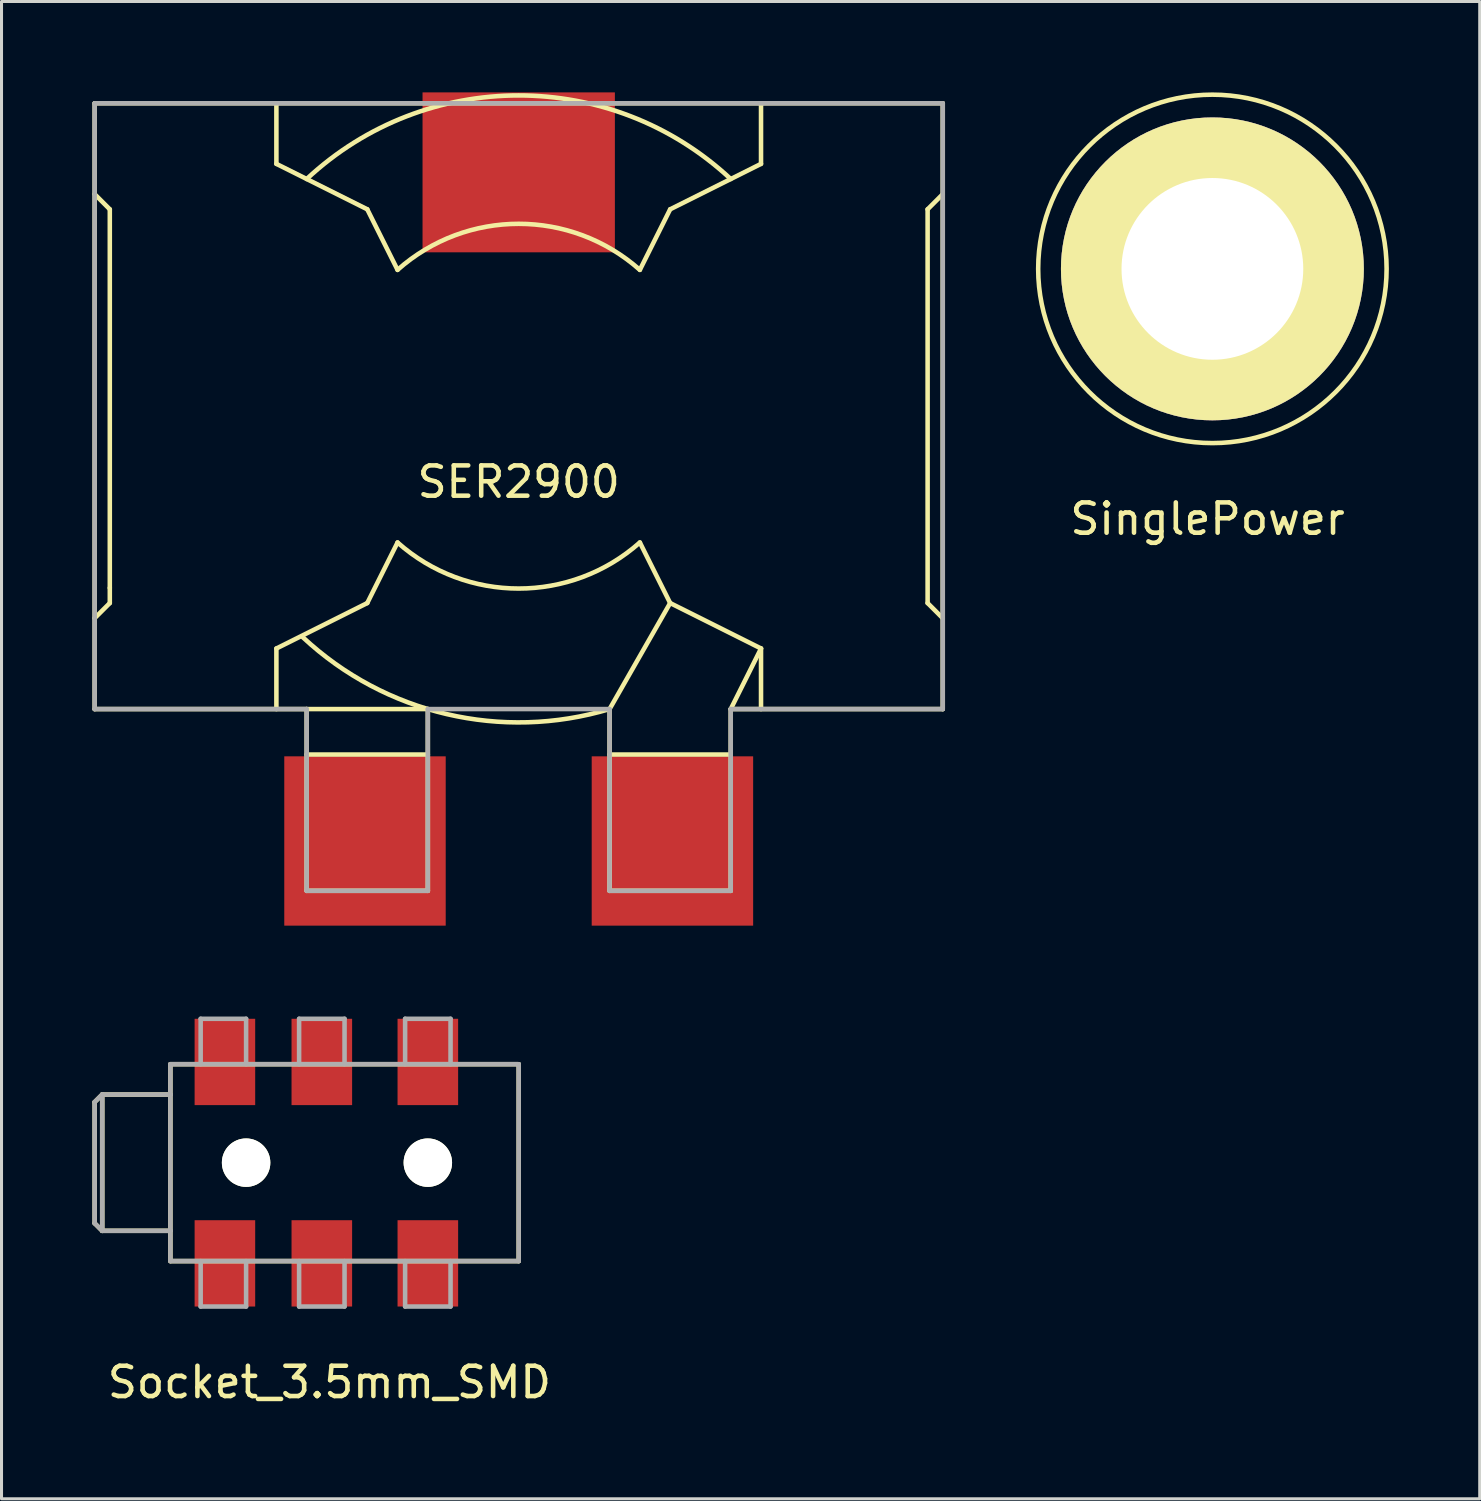
<source format=kicad_pcb>
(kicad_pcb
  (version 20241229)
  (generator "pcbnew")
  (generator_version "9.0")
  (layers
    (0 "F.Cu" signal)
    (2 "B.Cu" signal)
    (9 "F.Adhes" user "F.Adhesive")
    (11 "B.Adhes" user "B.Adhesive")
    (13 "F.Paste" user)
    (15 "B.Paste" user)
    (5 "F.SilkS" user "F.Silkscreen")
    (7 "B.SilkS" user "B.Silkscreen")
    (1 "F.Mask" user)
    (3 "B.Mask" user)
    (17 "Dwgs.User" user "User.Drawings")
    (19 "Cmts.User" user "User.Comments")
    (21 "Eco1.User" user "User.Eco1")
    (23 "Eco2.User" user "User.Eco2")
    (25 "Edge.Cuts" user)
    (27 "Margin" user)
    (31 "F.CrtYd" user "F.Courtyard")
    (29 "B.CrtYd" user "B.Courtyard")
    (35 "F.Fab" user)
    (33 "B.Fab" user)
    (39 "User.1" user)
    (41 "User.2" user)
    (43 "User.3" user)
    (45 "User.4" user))
  (footprint "SinglePower"
    (layer "F.Cu")
    (at 36.817 5.827)
    (property "Reference" "SinglePower" (at 0 8.255 0) (layer "F.SilkS") (effects (font (size 1 1) (thickness 0.15))))
    (attr through_hole)
    (fp_circle (center 0.16 0) (end 3.81 4.445) (stroke (width 0.15) (type solid)) (fill no) (layer "F.SilkS"))
    (pad "1" thru_hole circle (at 0.16 0) (size 10 10) (drill 6) (layers "*.Cu" "*.Mask" "F.SilkS")))
  (footprint "SER2900"
    (layer "F.Cu")
    (at 14.075 10.36)
    (property "Reference" "SER2900" (at 0 2.5 0) (layer "F.SilkS") (effects (font (size 1 1) (thickness 0.15))))
    (attr through_hole)
    (fp_line (start -14 -10) (end 14 -10) (stroke (width 0.15) (type solid)) (layer "F.SilkS"))
    (fp_line (start -14 -7) (end -13.5 -6.5) (stroke (width 0.15) (type solid)) (layer "F.SilkS"))
    (fp_line (start -14 10) (end -14 -10) (stroke (width 0.15) (type solid)) (layer "F.SilkS"))
    (fp_line (start -13.5 -6.5) (end -13.5 6) (stroke (width 0.15) (type solid)) (layer "F.SilkS"))
    (fp_line (start -13.5 6) (end -13.5 6.5) (stroke (width 0.15) (type solid)) (layer "F.SilkS"))
    (fp_line (start -13.5 6.5) (end -14 7) (stroke (width 0.15) (type solid)) (layer "F.SilkS"))
    (fp_line (start -8 -8) (end -8 -10) (stroke (width 0.15) (type solid)) (layer "F.SilkS"))
    (fp_line (start -8 8) (end -8 10) (stroke (width 0.15) (type solid)) (layer "F.SilkS"))
    (fp_line (start -7 10) (end -7 16) (stroke (width 0.15) (type solid)) (layer "F.SilkS"))
    (fp_line (start -7 11.5) (end -3 11.5) (stroke (width 0.15) (type solid)) (layer "F.SilkS"))
    (fp_line (start -7 16) (end -3 16) (stroke (width 0.15) (type solid)) (layer "F.SilkS"))
    (fp_line (start -5 -6.5) (end -8 -8) (stroke (width 0.15) (type solid)) (layer "F.SilkS"))
    (fp_line (start -5 6.5) (end -8 8) (stroke (width 0.15) (type solid)) (layer "F.SilkS"))
    (fp_line (start -4 -4.5) (end -5 -6.5) (stroke (width 0.15) (type solid)) (layer "F.SilkS"))
    (fp_line (start -4 4.5) (end -5 6.5) (stroke (width 0.15) (type solid)) (layer "F.SilkS"))
    (fp_line (start -3 10) (end -14 10) (stroke (width 0.15) (type solid)) (layer "F.SilkS"))
    (fp_line (start -3 16) (end -3 10) (stroke (width 0.15) (type solid)) (layer "F.SilkS"))
    (fp_line (start 3 10) (end 3 16) (stroke (width 0.15) (type solid)) (layer "F.SilkS"))
    (fp_line (start 3 10) (end 5 6.5) (stroke (width 0.15) (type solid)) (layer "F.SilkS"))
    (fp_line (start 3 11.5) (end 7 11.5) (stroke (width 0.15) (type solid)) (layer "F.SilkS"))
    (fp_line (start 3 16) (end 7 16) (stroke (width 0.15) (type solid)) (layer "F.SilkS"))
    (fp_line (start 4 -4.5) (end 5 -6.5) (stroke (width 0.15) (type solid)) (layer "F.SilkS"))
    (fp_line (start 4 4.5) (end 5 6.5) (stroke (width 0.15) (type solid)) (layer "F.SilkS"))
    (fp_line (start 5 -6.5) (end 8 -8) (stroke (width 0.15) (type solid)) (layer "F.SilkS"))
    (fp_line (start 5 6.5) (end 8 8) (stroke (width 0.15) (type solid)) (layer "F.SilkS"))
    (fp_line (start 7 10) (end 8 8) (stroke (width 0.15) (type solid)) (layer "F.SilkS"))
    (fp_line (start 7 10) (end 14 10) (stroke (width 0.15) (type solid)) (layer "F.SilkS"))
    (fp_line (start 7 16) (end 7 10) (stroke (width 0.15) (type solid)) (layer "F.SilkS"))
    (fp_line (start 8 -8) (end 8 -10) (stroke (width 0.15) (type solid)) (layer "F.SilkS"))
    (fp_line (start 8 8) (end 8 10) (stroke (width 0.15) (type solid)) (layer "F.SilkS"))
    (fp_line (start 13.5 -6.5) (end 13.5 6.5) (stroke (width 0.15) (type solid)) (layer "F.SilkS"))
    (fp_line (start 13.5 6.5) (end 14 7) (stroke (width 0.15) (type solid)) (layer "F.SilkS"))
    (fp_line (start 14 -10) (end 14 10) (stroke (width 0.15) (type solid)) (layer "F.SilkS"))
    (fp_line (start 14 -7) (end 13.5 -6.5) (stroke (width 0.15) (type solid)) (layer "F.SilkS"))
    (fp_arc (start -7 -7.5) (mid 0 -10.259142) (end 7 -7.5) (stroke (width 0.15) (type solid)) (layer "F.SilkS"))
    (fp_arc (start -4 -4.5) (mid 0 -6.020797) (end 4 -4.5) (stroke (width 0.15) (type solid)) (layer "F.SilkS"))
    (fp_arc (start 3 10) (mid -2.377473 10.166003) (end -7.123612 7.632441) (stroke (width 0.15) (type solid)) (layer "F.SilkS"))
    (fp_arc (start 4 4.5) (mid 0 6.020797) (end -4 4.5) (stroke (width 0.15) (type solid)) (layer "F.SilkS"))
    (fp_line (start -14 -10) (end -14 10) (stroke (width 0.15) (type solid)) (layer "F.Fab"))
    (fp_line (start -14 10) (end -7 10) (stroke (width 0.15) (type solid)) (layer "F.Fab"))
    (fp_line (start -7 10) (end -7 16) (stroke (width 0.15) (type solid)) (layer "F.Fab"))
    (fp_line (start -7 16) (end -3 16) (stroke (width 0.15) (type solid)) (layer "F.Fab"))
    (fp_line (start -3 10) (end 3 10) (stroke (width 0.15) (type solid)) (layer "F.Fab"))
    (fp_line (start -3 16) (end -3 10) (stroke (width 0.15) (type solid)) (layer "F.Fab"))
    (fp_line (start 3 10) (end 3 16) (stroke (width 0.15) (type solid)) (layer "F.Fab"))
    (fp_line (start 3 16) (end 7 16) (stroke (width 0.15) (type solid)) (layer "F.Fab"))
    (fp_line (start 7 10) (end 14 10) (stroke (width 0.15) (type solid)) (layer "F.Fab"))
    (fp_line (start 7 16) (end 7 10) (stroke (width 0.15) (type solid)) (layer "F.Fab"))
    (fp_line (start 14 -10) (end -14 -10) (stroke (width 0.15) (type solid)) (layer "F.Fab"))
    (fp_line (start 14 10) (end 14 -10) (stroke (width 0.15) (type solid)) (layer "F.Fab"))
    (pad "1" smd rect (at -5.075 14.355) (size 5.33 5.59) (layers "F.Cu" "F.Mask" "F.Paste"))
    (pad "2" smd rect (at 5.075 14.355) (size 5.33 5.59) (layers "F.Cu" "F.Mask" "F.Paste"))
    (pad "~" connect rect (at 0 -7.72) (size 6.35 5.28) (layers "F.Cu" "F.Mask")))
  (footprint "Socket_3.5mm_SMD"
    (layer "F.Cu")
    (at 2.575 35.335)
    (property "Reference" "Socket_3.5mm_SMD" (at 5.25 7.25 0) (layer "F.SilkS") (effects (font (size 1 1) (thickness 0.15))))
    (attr through_hole)
    (fp_line (start -2.5 2) (end -2.5 -2) (stroke (width 0.15) (type solid)) (layer "F.SilkS"))
    (fp_line (start -2.5 2) (end -2.25 2.25) (stroke (width 0.15) (type solid)) (layer "F.SilkS"))
    (fp_line (start -2.25 -2.25) (end -2.5 -2) (stroke (width 0.15) (type solid)) (layer "F.SilkS"))
    (fp_line (start -2.25 2.25) (end -2.25 -2.25) (stroke (width 0.15) (type solid)) (layer "F.SilkS"))
    (fp_line (start -2.25 2.25) (end 0 2.25) (stroke (width 0.15) (type solid)) (layer "F.SilkS"))
    (fp_line (start 0 -3.25) (end 0 3.25) (stroke (width 0.15) (type solid)) (layer "F.SilkS"))
    (fp_line (start 0 -2.25) (end -2.25 -2.25) (stroke (width 0.15) (type solid)) (layer "F.SilkS"))
    (fp_line (start 0 3.25) (end 11.5 3.25) (stroke (width 0.15) (type solid)) (layer "F.SilkS"))
    (fp_line (start 11.5 -3.25) (end 0 -3.25) (stroke (width 0.15) (type solid)) (layer "F.SilkS"))
    (fp_line (start 11.5 3.25) (end 11.5 -3.25) (stroke (width 0.15) (type solid)) (layer "F.SilkS"))
    (fp_line (start -2.5 -2) (end -2.5 2) (stroke (width 0.15) (type solid)) (layer "F.Fab"))
    (fp_line (start -2.5 2) (end -2.25 2.25) (stroke (width 0.15) (type solid)) (layer "F.Fab"))
    (fp_line (start -2.25 -2.25) (end -2.5 -2) (stroke (width 0.15) (type solid)) (layer "F.Fab"))
    (fp_line (start -2.25 2.25) (end -2.25 -2.25) (stroke (width 0.15) (type solid)) (layer "F.Fab"))
    (fp_line (start -2.25 2.25) (end 0 2.25) (stroke (width 0.15) (type solid)) (layer "F.Fab"))
    (fp_line (start 0 -3.25) (end 0 -2.25) (stroke (width 0.15) (type solid)) (layer "F.Fab"))
    (fp_line (start 0 -2.25) (end -2.25 -2.25) (stroke (width 0.15) (type solid)) (layer "F.Fab"))
    (fp_line (start 0 -2.25) (end 0 2.25) (stroke (width 0.15) (type solid)) (layer "F.Fab"))
    (fp_line (start 0 2.25) (end 0 3.25) (stroke (width 0.15) (type solid)) (layer "F.Fab"))
    (fp_line (start 0 3.25) (end 11.5 3.25) (stroke (width 0.15) (type solid)) (layer "F.Fab"))
    (fp_line (start 1 -4.75) (end 2.5 -4.75) (stroke (width 0.15) (type solid)) (layer "F.Fab"))
    (fp_line (start 1 -3.25) (end 1 -4.75) (stroke (width 0.15) (type solid)) (layer "F.Fab"))
    (fp_line (start 1 3.25) (end 1 4.75) (stroke (width 0.15) (type solid)) (layer "F.Fab"))
    (fp_line (start 1 4.75) (end 2.5 4.75) (stroke (width 0.15) (type solid)) (layer "F.Fab"))
    (fp_line (start 2.5 -4.75) (end 2.5 -3.25) (stroke (width 0.15) (type solid)) (layer "F.Fab"))
    (fp_line (start 2.5 4.75) (end 2.5 3.25) (stroke (width 0.15) (type solid)) (layer "F.Fab"))
    (fp_line (start 4.25 -4.75) (end 5.75 -4.75) (stroke (width 0.15) (type solid)) (layer "F.Fab"))
    (fp_line (start 4.25 -3.25) (end 4.25 -4.75) (stroke (width 0.15) (type solid)) (layer "F.Fab"))
    (fp_line (start 4.25 3.25) (end 4.25 4.75) (stroke (width 0.15) (type solid)) (layer "F.Fab"))
    (fp_line (start 4.25 4.75) (end 5.75 4.75) (stroke (width 0.15) (type solid)) (layer "F.Fab"))
    (fp_line (start 5.75 -4.75) (end 5.75 -3.25) (stroke (width 0.15) (type solid)) (layer "F.Fab"))
    (fp_line (start 5.75 4.75) (end 5.75 3.25) (stroke (width 0.15) (type solid)) (layer "F.Fab"))
    (fp_line (start 7.75 -4.75) (end 9.25 -4.75) (stroke (width 0.15) (type solid)) (layer "F.Fab"))
    (fp_line (start 7.75 -3.25) (end 7.75 -4.75) (stroke (width 0.15) (type solid)) (layer "F.Fab"))
    (fp_line (start 7.75 3.25) (end 7.75 4.75) (stroke (width 0.15) (type solid)) (layer "F.Fab"))
    (fp_line (start 7.75 4.75) (end 9.25 4.75) (stroke (width 0.15) (type solid)) (layer "F.Fab"))
    (fp_line (start 9.25 -4.75) (end 9.25 -3.25) (stroke (width 0.15) (type solid)) (layer "F.Fab"))
    (fp_line (start 9.25 4.75) (end 9.25 3.25) (stroke (width 0.15) (type solid)) (layer "F.Fab"))
    (fp_line (start 11.5 -3.25) (end 0 -3.25) (stroke (width 0.15) (type solid)) (layer "F.Fab"))
    (fp_line (start 11.5 3.25) (end 11.5 -3.25) (stroke (width 0.15) (type solid)) (layer "F.Fab"))
    (pad "" np_thru_hole circle (at 2.5 0) (size 1.6 1.6) (drill 1.6) (layers "F.Cu" "F.Mask" "F.SilkS"))
    (pad "" np_thru_hole circle (at 8.5 0) (size 1.6 1.6) (drill 1.6) (layers "F.Cu" "F.Mask" "F.SilkS"))
    (pad "1" smd rect (at 1.8 -3.325) (size 2 2.85) (layers "F.Cu" "F.Mask" "F.Paste"))
    (pad "1" smd rect (at 1.8 3.325) (size 2 2.85) (layers "F.Cu" "F.Mask" "F.Paste"))
    (pad "2" smd rect (at 5 -3.325) (size 2 2.85) (layers "F.Cu" "F.Mask" "F.Paste"))
    (pad "2" smd rect (at 5 3.325) (size 2 2.85) (layers "F.Cu" "F.Mask" "F.Paste"))
    (pad "3" smd rect (at 8.5 -3.325) (size 2 2.85) (layers "F.Cu" "F.Mask" "F.Paste"))
    (pad "3" smd rect (at 8.5 3.325) (size 2 2.85) (layers "F.Cu" "F.Mask" "F.Paste")))
  (gr_rect
    (start -3 -3)
    (end 45.803 46.433)
    (stroke (width 0.1) (type default))
    (fill no)
    (layer "Edge.Cuts")))
</source>
